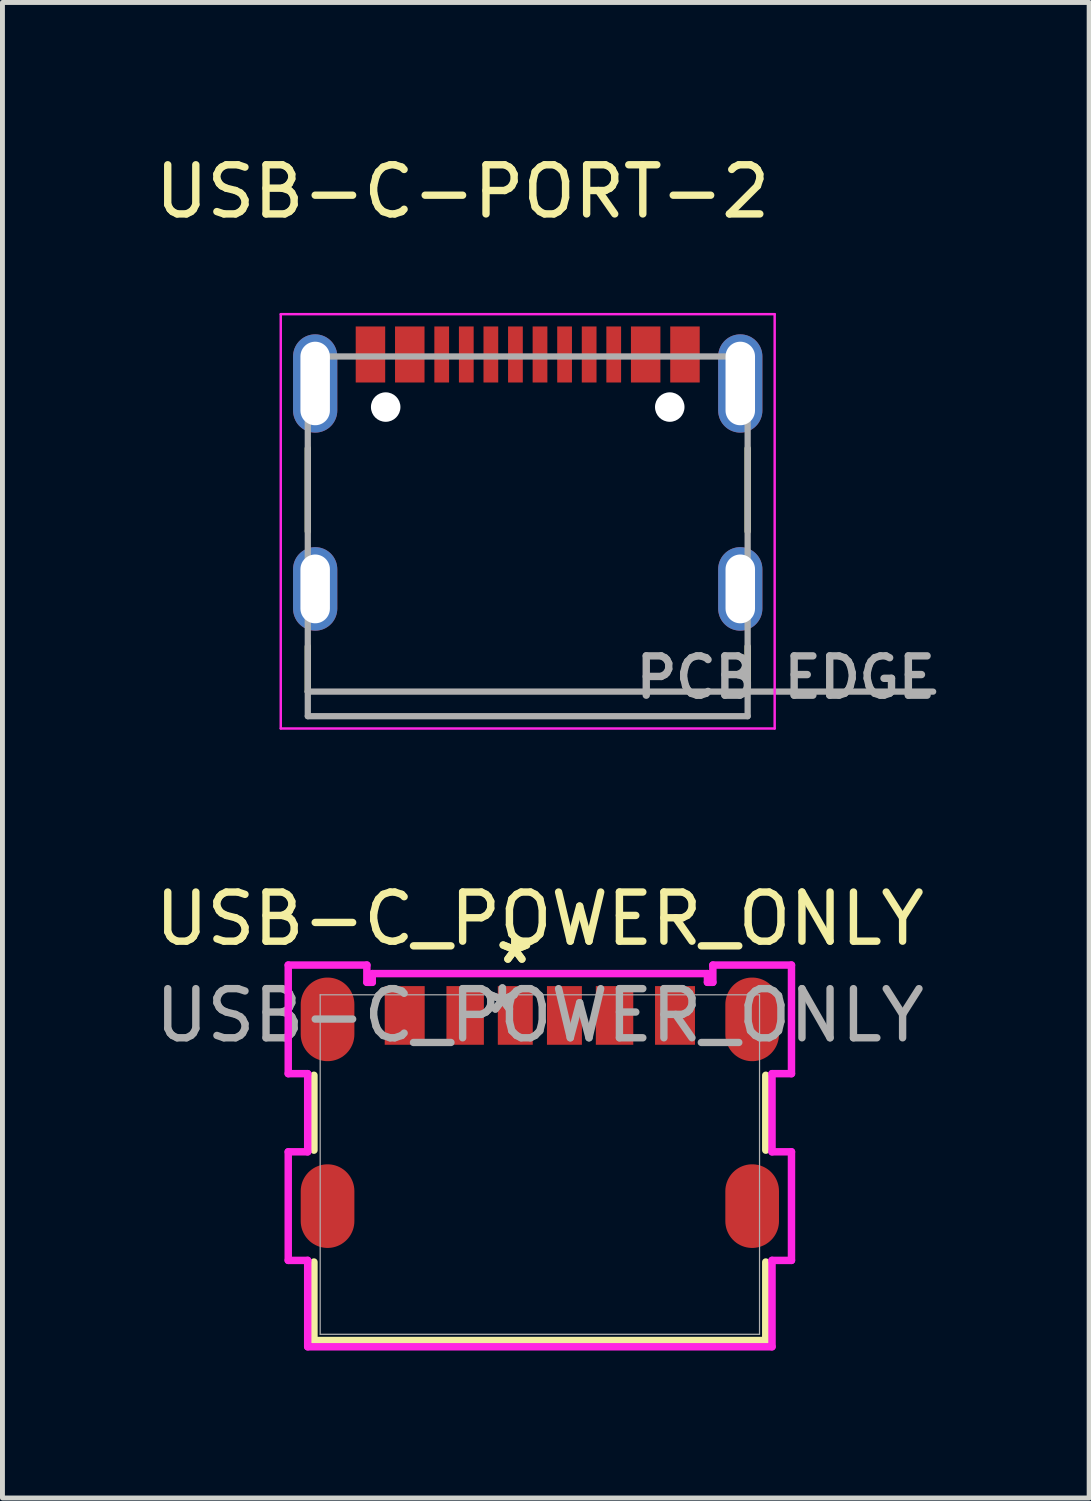
<source format=kicad_pcb>
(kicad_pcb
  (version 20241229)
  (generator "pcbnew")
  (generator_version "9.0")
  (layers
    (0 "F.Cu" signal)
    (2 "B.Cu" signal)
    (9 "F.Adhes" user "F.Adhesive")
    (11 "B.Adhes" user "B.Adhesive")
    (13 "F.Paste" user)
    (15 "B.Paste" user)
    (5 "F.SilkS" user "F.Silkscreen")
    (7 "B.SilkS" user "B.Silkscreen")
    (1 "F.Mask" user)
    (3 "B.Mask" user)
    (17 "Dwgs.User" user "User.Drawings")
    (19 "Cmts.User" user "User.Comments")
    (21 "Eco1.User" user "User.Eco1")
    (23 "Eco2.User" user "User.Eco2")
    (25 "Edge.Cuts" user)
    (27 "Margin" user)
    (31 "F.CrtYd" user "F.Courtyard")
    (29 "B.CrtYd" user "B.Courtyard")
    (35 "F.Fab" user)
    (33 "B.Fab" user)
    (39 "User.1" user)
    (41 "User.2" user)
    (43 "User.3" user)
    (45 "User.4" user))
  (footprint "USB-C-PORT-2"
    (layer "F.Cu")
    (at 7.688 7.923)
    (property "Reference" "USB-C-PORT-2" (at -1.325 -7.075 0) (layer "F.SilkS") (effects (font (size 1 1) (thickness 0.15))))
    (attr smd)
    (fp_poly (pts (xy -3.55 -4.38) (xy -2.85 -4.38) (xy -2.85 -3.14) (xy -3.55 -3.14)) (stroke (width 0.01) (type solid)) (fill yes) (layer "F.Mask"))
    (fp_poly (pts (xy -2.75 -4.38) (xy -2.05 -4.38) (xy -2.05 -3.14) (xy -2.75 -3.14)) (stroke (width 0.01) (type solid)) (fill yes) (layer "F.Mask"))
    (fp_poly (pts (xy -1.95 -4.38) (xy -1.55 -4.38) (xy -1.55 -3.14) (xy -1.95 -3.14)) (stroke (width 0.01) (type solid)) (fill yes) (layer "F.Mask"))
    (fp_poly (pts (xy -1.45 -4.38) (xy -1.05 -4.38) (xy -1.05 -3.14) (xy -1.45 -3.14)) (stroke (width 0.01) (type solid)) (fill yes) (layer "F.Mask"))
    (fp_poly (pts (xy -0.95 -4.38) (xy -0.55 -4.38) (xy -0.55 -3.14) (xy -0.95 -3.14)) (stroke (width 0.01) (type solid)) (fill yes) (layer "F.Mask"))
    (fp_poly (pts (xy -0.45 -4.38) (xy -0.05 -4.38) (xy -0.05 -3.14) (xy -0.45 -3.14)) (stroke (width 0.01) (type solid)) (fill yes) (layer "F.Mask"))
    (fp_poly (pts (xy 0.05 -4.38) (xy 0.45 -4.38) (xy 0.45 -3.14) (xy 0.05 -3.14)) (stroke (width 0.01) (type solid)) (fill yes) (layer "F.Mask"))
    (fp_poly (pts (xy 0.55 -4.38) (xy 0.95 -4.38) (xy 0.95 -3.14) (xy 0.55 -3.14)) (stroke (width 0.01) (type solid)) (fill yes) (layer "F.Mask"))
    (fp_poly (pts (xy 1.05 -4.38) (xy 1.45 -4.38) (xy 1.45 -3.14) (xy 1.05 -3.14)) (stroke (width 0.01) (type solid)) (fill yes) (layer "F.Mask"))
    (fp_poly (pts (xy 1.55 -4.38) (xy 1.95 -4.38) (xy 1.95 -3.14) (xy 1.55 -3.14)) (stroke (width 0.01) (type solid)) (fill yes) (layer "F.Mask"))
    (fp_poly (pts (xy 2.05 -4.38) (xy 2.75 -4.38) (xy 2.75 -3.14) (xy 2.05 -3.14)) (stroke (width 0.01) (type solid)) (fill yes) (layer "F.Mask"))
    (fp_poly (pts (xy 2.85 -4.38) (xy 3.55 -4.38) (xy 3.55 -3.14) (xy 2.85 -3.14)) (stroke (width 0.01) (type solid)) (fill yes) (layer "F.Mask"))
    (fp_line (start -4.475 -0.16) (end -4.475 -1.85) (stroke (width 0.127) (type solid)) (layer "F.SilkS"))
    (fp_line (start -4.475 3.1) (end -4.475 2.18) (stroke (width 0.127) (type solid)) (layer "F.SilkS"))
    (fp_line (start 4.475 -0.16) (end 4.475 -1.85) (stroke (width 0.127) (type solid)) (layer "F.SilkS"))
    (fp_line (start 4.475 3.1) (end 4.475 2.18) (stroke (width 0.127) (type solid)) (layer "F.SilkS"))
    (fp_line (start -5.025 -4.58) (end 5.025 -4.58) (stroke (width 0.05) (type solid)) (layer "F.CrtYd"))
    (fp_line (start -5.025 3.85) (end -5.025 -4.58) (stroke (width 0.05) (type solid)) (layer "F.CrtYd"))
    (fp_line (start 5.025 -4.58) (end 5.025 3.85) (stroke (width 0.05) (type solid)) (layer "F.CrtYd"))
    (fp_line (start 5.025 3.85) (end -5.025 3.85) (stroke (width 0.05) (type solid)) (layer "F.CrtYd"))
    (fp_line (start -4.475 -3.72) (end 4.475 -3.72) (stroke (width 0.127) (type solid)) (layer "F.Fab"))
    (fp_line (start -4.475 3.1) (end -4.475 -3.72) (stroke (width 0.127) (type solid)) (layer "F.Fab"))
    (fp_line (start -4.475 3.1) (end 8.25 3.1) (stroke (width 0.127) (type solid)) (layer "F.Fab"))
    (fp_line (start -4.475 3.6) (end -4.475 3.1) (stroke (width 0.127) (type solid)) (layer "F.Fab"))
    (fp_line (start 4.475 -3.72) (end 4.475 3.6) (stroke (width 0.127) (type solid)) (layer "F.Fab"))
    (fp_line (start 4.475 3.6) (end -4.475 3.6) (stroke (width 0.127) (type solid)) (layer "F.Fab"))
    (fp_text user "PCB EDGE" (at 5.25 2.81 0) (layer "F.Fab") (effects (font (size 0.8 0.8) (thickness 0.15))))
    (pad "" np_thru_hole circle (at -2.89 -2.69) (size 0.6 0.6) (drill 0.6) (layers "*.Cu" "*.Mask"))
    (pad "" np_thru_hole circle (at 2.89 -2.69) (size 0.6 0.6) (drill 0.6) (layers "*.Cu" "*.Mask"))
    (pad "A1_B12" smd rect (at -3.2 -3.76) (size 0.6 1.14) (layers "F.Cu" "F.Paste"))
    (pad "A4_B9" smd rect (at -2.4 -3.76) (size 0.6 1.14) (layers "F.Cu" "F.Paste"))
    (pad "A5" smd rect (at -1.25 -3.76) (size 0.3 1.14) (layers "F.Cu" "F.Paste"))
    (pad "A6" smd rect (at -0.25 -3.76) (size 0.3 1.14) (layers "F.Cu" "F.Paste"))
    (pad "A7" smd rect (at 0.25 -3.76) (size 0.3 1.14) (layers "F.Cu" "F.Paste"))
    (pad "A8" smd rect (at 1.25 -3.76) (size 0.3 1.14) (layers "F.Cu" "F.Paste"))
    (pad "A9_B4" smd rect (at 2.4 -3.76) (size 0.6 1.14) (layers "F.Cu" "F.Paste"))
    (pad "A12_B1" smd rect (at 3.2 -3.76) (size 0.6 1.14) (layers "F.Cu" "F.Paste"))
    (pad "B5" smd rect (at 1.75 -3.76) (size 0.3 1.14) (layers "F.Cu" "F.Paste"))
    (pad "B6" smd rect (at 0.75 -3.76) (size 0.3 1.14) (layers "F.Cu" "F.Paste"))
    (pad "B7" smd rect (at -0.75 -3.76) (size 0.3 1.14) (layers "F.Cu" "F.Paste"))
    (pad "B8" smd rect (at -1.75 -3.76) (size 0.3 1.14) (layers "F.Cu" "F.Paste"))
    (pad "SH1" thru_hole oval (at -4.325 1.01) (size 0.9 1.7) (drill oval 0.6 1.4) (layers "*.Cu" "*.Mask"))
    (pad "SH2" thru_hole oval (at 4.325 1.01) (size 0.9 1.7) (drill oval 0.6 1.4) (layers "*.Cu" "*.Mask"))
    (pad "SH3" thru_hole oval (at -4.325 -3.17) (size 0.9 2) (drill oval 0.6 1.7) (layers "*.Cu" "*.Mask"))
    (pad "SH4" thru_hole oval (at 4.325 -3.17) (size 0.9 2) (drill oval 0.6 1.7) (layers "*.Cu" "*.Mask")))
  (footprint "USB-C_POWER_ONLY"
    (layer "F.Cu")
    (at 7.935 20.646)
    (property "Reference" "USB-C_POWER_ONLY" (at 0 -5 0) (unlocked yes) (layer "F.SilkS") (effects (font (size 1 1) (thickness 0.15))))
    (attr smd)
    (fp_line (start -4.597 -1.816) (end -4.597 -0.293) (stroke (width 0.152) (type solid)) (layer "F.SilkS"))
    (fp_line (start -4.597 1.984) (end -4.597 3.581) (stroke (width 0.152) (type solid)) (layer "F.SilkS"))
    (fp_line (start -4.597 3.581) (end 4.597 3.581) (stroke (width 0.152) (type solid)) (layer "F.SilkS"))
    (fp_line (start 4.597 -0.293) (end 4.597 -1.816) (stroke (width 0.152) (type solid)) (layer "F.SilkS"))
    (fp_line (start 4.597 3.581) (end 4.597 1.984) (stroke (width 0.152) (type solid)) (layer "F.SilkS"))
    (fp_line (start -5.12 -4.059) (end -5.12 -1.849) (stroke (width 0.152) (type solid)) (layer "F.CrtYd"))
    (fp_line (start -5.12 -1.849) (end -4.724 -1.849) (stroke (width 0.152) (type solid)) (layer "F.CrtYd"))
    (fp_line (start -5.12 -0.259) (end -5.12 1.95) (stroke (width 0.152) (type solid)) (layer "F.CrtYd"))
    (fp_line (start -5.12 1.95) (end -4.724 1.95) (stroke (width 0.152) (type solid)) (layer "F.CrtYd"))
    (fp_line (start -4.724 -1.849) (end -4.724 -0.259) (stroke (width 0.152) (type solid)) (layer "F.CrtYd"))
    (fp_line (start -4.724 -0.259) (end -5.12 -0.259) (stroke (width 0.152) (type solid)) (layer "F.CrtYd"))
    (fp_line (start -4.724 1.95) (end -4.724 3.708) (stroke (width 0.152) (type solid)) (layer "F.CrtYd"))
    (fp_line (start -4.724 3.708) (end 4.724 3.708) (stroke (width 0.152) (type solid)) (layer "F.CrtYd"))
    (fp_line (start -3.52 -4.059) (end -5.12 -4.059) (stroke (width 0.152) (type solid)) (layer "F.CrtYd"))
    (fp_line (start -3.52 -3.708) (end -3.52 -4.059) (stroke (width 0.152) (type solid)) (layer "F.CrtYd"))
    (fp_line (start -3.41 -3.885) (end -3.41 -3.708) (stroke (width 0.152) (type solid)) (layer "F.CrtYd"))
    (fp_line (start -3.41 -3.708) (end -3.52 -3.708) (stroke (width 0.152) (type solid)) (layer "F.CrtYd"))
    (fp_line (start 3.41 -3.885) (end -3.41 -3.885) (stroke (width 0.152) (type solid)) (layer "F.CrtYd"))
    (fp_line (start 3.41 -3.708) (end 3.41 -3.885) (stroke (width 0.152) (type solid)) (layer "F.CrtYd"))
    (fp_line (start 3.52 -4.059) (end 3.52 -3.708) (stroke (width 0.152) (type solid)) (layer "F.CrtYd"))
    (fp_line (start 3.52 -3.708) (end 3.41 -3.708) (stroke (width 0.152) (type solid)) (layer "F.CrtYd"))
    (fp_line (start 4.724 -1.849) (end 5.12 -1.849) (stroke (width 0.152) (type solid)) (layer "F.CrtYd"))
    (fp_line (start 4.724 -0.259) (end 4.724 -1.849) (stroke (width 0.152) (type solid)) (layer "F.CrtYd"))
    (fp_line (start 4.724 1.95) (end 5.12 1.95) (stroke (width 0.152) (type solid)) (layer "F.CrtYd"))
    (fp_line (start 4.724 3.708) (end 4.724 1.95) (stroke (width 0.152) (type solid)) (layer "F.CrtYd"))
    (fp_line (start 5.12 -4.059) (end 3.52 -4.059) (stroke (width 0.152) (type solid)) (layer "F.CrtYd"))
    (fp_line (start 5.12 -1.849) (end 5.12 -4.059) (stroke (width 0.152) (type solid)) (layer "F.CrtYd"))
    (fp_line (start 5.12 -0.259) (end 4.724 -0.259) (stroke (width 0.152) (type solid)) (layer "F.CrtYd"))
    (fp_line (start 5.12 1.95) (end 5.12 -0.259) (stroke (width 0.152) (type solid)) (layer "F.CrtYd"))
    (fp_line (start -4.47 -3.454) (end -4.47 3.454) (stroke (width 0.025) (type solid)) (layer "F.Fab"))
    (fp_line (start -4.47 3.454) (end 4.47 3.454) (stroke (width 0.025) (type solid)) (layer "F.Fab"))
    (fp_line (start 0 -3.454) (end 0 -3.454) (stroke (width 0.025) (type solid)) (layer "F.Fab"))
    (fp_line (start 0 -3.454) (end 0 -3.454) (stroke (width 0.025) (type solid)) (layer "F.Fab"))
    (fp_line (start 0 -3.454) (end 0 -3.454) (stroke (width 0.025) (type solid)) (layer "F.Fab"))
    (fp_line (start 0 -3.454) (end 0 -3.454) (stroke (width 0.025) (type solid)) (layer "F.Fab"))
    (fp_line (start 4.47 -3.454) (end -4.47 -3.454) (stroke (width 0.025) (type solid)) (layer "F.Fab"))
    (fp_line (start 4.47 3.454) (end 4.47 -3.454) (stroke (width 0.025) (type solid)) (layer "F.Fab"))
    (fp_text user "*" (at -0.508 -4.064 0) (unlocked yes) (layer "F.SilkS") (effects (font (size 1 1) (thickness 0.15))))
    (fp_text user "*" (at -0.508 -4.064 0) (layer "F.SilkS") (effects (font (size 1 1) (thickness 0.15))))
    (fp_text user "*" (at -0.762 -3.048 0) (layer "F.Fab") (effects (font (size 1 1) (thickness 0.15))))
    (fp_text user "*" (at -0.762 -3.048 0) (unlocked yes) (layer "F.Fab") (effects (font (size 1 1) (thickness 0.15))))
    (fp_text user "${REFERENCE}" (at 0 -3.034 0) (unlocked yes) (layer "F.Fab") (effects (font (size 1 1) (thickness 0.15))))
    (pad "7" smd oval (at -4.32 -2.954) (size 1.092 1.702) (layers "F.Cu" "F.Mask" "F.Paste"))
    (pad "8" smd oval (at 4.32 -2.954) (size 1.092 1.702) (layers "F.Cu" "F.Mask" "F.Paste"))
    (pad "9" smd oval (at -4.32 0.846) (size 1.092 1.702) (layers "F.Cu" "F.Mask" "F.Paste"))
    (pad "10" smd oval (at 4.32 0.846) (size 1.092 1.702) (layers "F.Cu" "F.Mask" "F.Paste"))
    (pad "A5" smd rect (at -0.5 -3.034) (size 0.711 1.194) (layers "F.Cu" "F.Mask" "F.Paste"))
    (pad "A9" smd rect (at 1.52 -3.034) (size 0.762 1.194) (layers "F.Cu" "F.Mask" "F.Paste"))
    (pad "A12" smd rect (at 2.75 -3.034) (size 0.813 1.194) (layers "F.Cu" "F.Mask" "F.Paste"))
    (pad "B5" smd rect (at 0.5 -3.034) (size 0.711 1.194) (layers "F.Cu" "F.Mask" "F.Paste"))
    (pad "B9" smd rect (at -1.52 -3.034) (size 0.762 1.194) (layers "F.Cu" "F.Mask" "F.Paste"))
    (pad "B12" smd rect (at -2.75 -3.034) (size 0.813 1.194) (layers "F.Cu" "F.Mask" "F.Paste")))
  (gr_rect
    (start -3 -3)
    (end 19.112 27.431)
    (stroke (width 0.1) (type default))
    (fill no)
    (layer "Edge.Cuts")))
</source>
